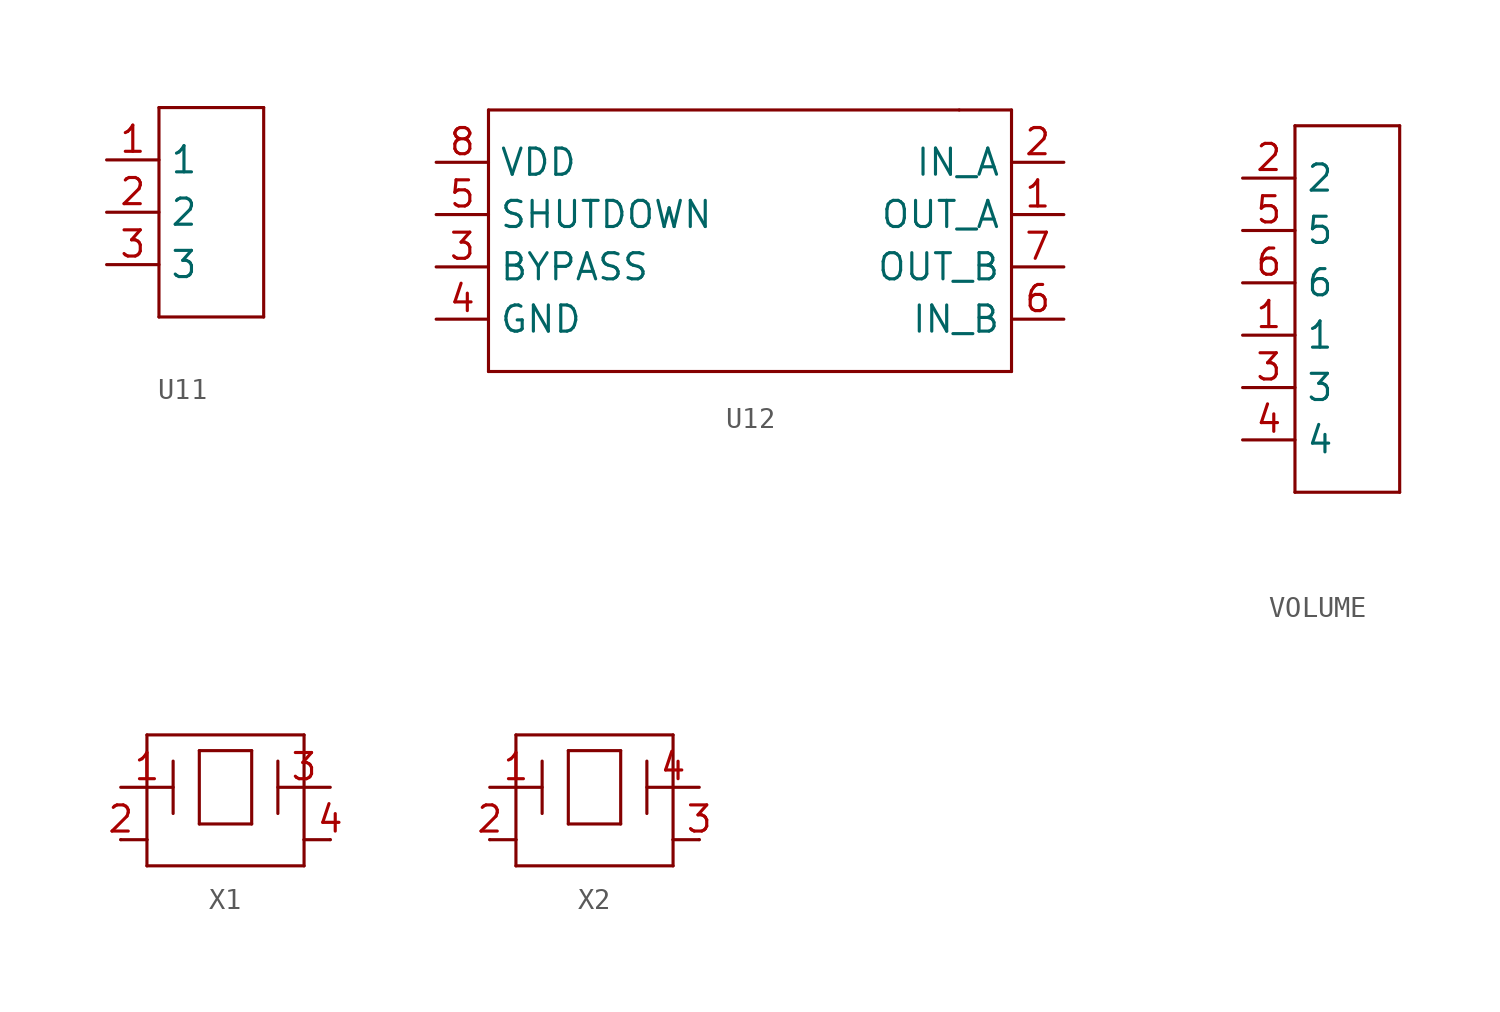
<source format=kicad_sym>
(kicad_symbol_lib
  (version 20231120)
  (generator "kicad_symbol_editor")
  (generator_version "8.0")
  (symbol "U11"
    (property "Reference" ""
      (at 0 2.54 0)
      (effects (font (size 1.778 1.511)) (justify left bottom) (hide yes)))
    (property "Value" ""
      (at -0.243 -8.984 0)
      (effects (font (size 1.27 1.079)) (justify left bottom)))
    (property "ki_locked" ""
      (at 0 0 0)
      (effects (font (size 1.27 1.27))))
    (symbol "U11_1_0"
      (polyline (pts (xy 0 -7.62) (xy 5.08 -7.62)) (stroke (width 0.152) (type solid)) (fill (type none)))
      (polyline (pts (xy 0 2.54) (xy 0 -7.62)) (stroke (width 0.152) (type solid)) (fill (type none)))
      (polyline (pts (xy 5.08 -7.62) (xy 5.08 2.54)) (stroke (width 0.152) (type solid)) (fill (type none)))
      (polyline (pts (xy 5.08 2.54) (xy 0 2.54)) (stroke (width 0.152) (type solid)) (fill (type none)))
      (pin bidirectional line (at -2.54 0 0) (length 2.54) (name "1" (effects (font (size 1.27 1.27)))) (number "1" (effects (font (size 1.27 1.27)))))
      (pin bidirectional line (at -2.54 -2.54 0) (length 2.54) (name "2" (effects (font (size 1.27 1.27)))) (number "2" (effects (font (size 1.27 1.27)))))
      (pin bidirectional line (at -2.54 -5.08 0) (length 2.54) (name "3" (effects (font (size 1.27 1.27)))) (number "3" (effects (font (size 1.27 1.27)))))))
  (symbol "U12"
    (property "Reference" ""
      (at 2.54 5.08 0)
      (effects (font (size 1.778 1.511)) (justify left bottom) (hide yes)))
    (property "Value" ""
      (at 5.982 3.204 0)
      (effects (font (size 1.422 1.209)) (justify left bottom)))
    (property "ki_locked" ""
      (at 0 0 0)
      (effects (font (size 1.27 1.27))))
    (symbol "U12_1_0"
      (polyline (pts (xy -2.54 -7.62) (xy 22.86 -7.62)) (stroke (width 0.152) (type solid)) (fill (type none)))
      (polyline (pts (xy -2.54 5.08) (xy -2.54 -7.62)) (stroke (width 0.152) (type solid)) (fill (type none)))
      (polyline (pts (xy 20.32 5.08) (xy -2.54 5.08)) (stroke (width 0.152) (type solid)) (fill (type none)))
      (polyline (pts (xy 22.86 -7.62) (xy 22.86 5.08)) (stroke (width 0.152) (type solid)) (fill (type none)))
      (polyline (pts (xy 22.86 5.08) (xy 20.32 5.08)) (stroke (width 0.152) (type solid)) (fill (type none)))
      (pin bidirectional line (at 25.4 0 180) (length 2.54) (name "OUT_A" (effects (font (size 1.27 1.27)))) (number "1" (effects (font (size 1.27 1.27)))))
      (pin bidirectional line (at 25.4 2.54 180) (length 2.54) (name "IN_A" (effects (font (size 1.27 1.27)))) (number "2" (effects (font (size 1.27 1.27)))))
      (pin bidirectional line (at -5.08 -2.54 0) (length 2.54) (name "BYPASS" (effects (font (size 1.27 1.27)))) (number "3" (effects (font (size 1.27 1.27)))))
      (pin bidirectional line (at -5.08 -5.08 0) (length 2.54) (name "GND" (effects (font (size 1.27 1.27)))) (number "4" (effects (font (size 1.27 1.27)))))
      (pin bidirectional line (at -5.08 0 0) (length 2.54) (name "SHUTDOWN" (effects (font (size 1.27 1.27)))) (number "5" (effects (font (size 1.27 1.27)))))
      (pin bidirectional line (at 25.4 -5.08 180) (length 2.54) (name "IN_B" (effects (font (size 1.27 1.27)))) (number "6" (effects (font (size 1.27 1.27)))))
      (pin bidirectional line (at 25.4 -2.54 180) (length 2.54) (name "OUT_B" (effects (font (size 1.27 1.27)))) (number "7" (effects (font (size 1.27 1.27)))))
      (pin bidirectional line (at -5.08 2.54 0) (length 2.54) (name "VDD" (effects (font (size 1.27 1.27)))) (number "8" (effects (font (size 1.27 1.27)))))))
  (symbol "VOLUME"
    (property "Reference" ""
      (at -2.54 10.16 0)
      (effects (font (size 1.778 1.511)) (justify left bottom) (hide yes)))
    (property "Value" ""
      (at -2.54 -10.16 0)
      (effects (font (size 1.778 1.511)) (justify left bottom)))
    (property "ki_locked" ""
      (at 0 0 0)
      (effects (font (size 1.27 1.27))))
    (symbol "VOLUME_1_0"
      (polyline (pts (xy -2.54 -7.62) (xy 2.54 -7.62)) (stroke (width 0.152) (type solid)) (fill (type none)))
      (polyline (pts (xy -2.54 10.16) (xy -2.54 -7.62)) (stroke (width 0.152) (type solid)) (fill (type none)))
      (polyline (pts (xy 2.54 -7.62) (xy 2.54 10.16)) (stroke (width 0.152) (type solid)) (fill (type none)))
      (polyline (pts (xy 2.54 10.16) (xy -2.54 10.16)) (stroke (width 0.152) (type solid)) (fill (type none)))
      (pin bidirectional line (at -5.08 0 0) (length 2.54) (name "1" (effects (font (size 1.27 1.27)))) (number "1" (effects (font (size 1.27 1.27)))))
      (pin bidirectional line (at -5.08 7.62 0) (length 2.54) (name "2" (effects (font (size 1.27 1.27)))) (number "2" (effects (font (size 1.27 1.27)))))
      (pin bidirectional line (at -5.08 -2.54 0) (length 2.54) (name "3" (effects (font (size 1.27 1.27)))) (number "3" (effects (font (size 1.27 1.27)))))
      (pin bidirectional line (at -5.08 -5.08 0) (length 2.54) (name "4" (effects (font (size 1.27 1.27)))) (number "4" (effects (font (size 1.27 1.27)))))
      (pin bidirectional line (at -5.08 5.08 0) (length 2.54) (name "5" (effects (font (size 1.27 1.27)))) (number "5" (effects (font (size 1.27 1.27)))))
      (pin bidirectional line (at -5.08 2.54 0) (length 2.54) (name "6" (effects (font (size 1.27 1.27)))) (number "6" (effects (font (size 1.27 1.27)))))))
  (symbol "X1"
    (property "Reference" ""
      (at -3.81 2.54 0)
      (effects (font (size 1.778 1.511)) (justify left bottom) (hide yes)))
    (property "ki_locked" ""
      (at 0 0 0)
      (effects (font (size 1.27 1.27))))
    (symbol "X1_1_0"
      (polyline (pts (xy -5.08 -2.54) (xy -3.81 -2.54)) (stroke (width 0.152) (type solid)) (fill (type none)))
      (polyline (pts (xy -3.81 -3.81) (xy 3.81 -3.81)) (stroke (width 0.152) (type solid)) (fill (type none)))
      (polyline (pts (xy -3.81 -2.54) (xy -3.81 -3.81)) (stroke (width 0.152) (type solid)) (fill (type none)))
      (polyline (pts (xy -3.81 2.54) (xy -3.81 -2.54)) (stroke (width 0.152) (type solid)) (fill (type none)))
      (polyline (pts (xy -2.54 1.27) (xy -2.54 -1.27)) (stroke (width 0.152) (type solid)) (fill (type none)))
      (polyline (pts (xy -1.27 -1.778) (xy 1.27 -1.778)) (stroke (width 0.152) (type solid)) (fill (type none)))
      (polyline (pts (xy -1.27 1.778) (xy -1.27 -1.778)) (stroke (width 0.152) (type solid)) (fill (type none)))
      (polyline (pts (xy 1.27 -1.778) (xy 1.27 1.778)) (stroke (width 0.152) (type solid)) (fill (type none)))
      (polyline (pts (xy 1.27 1.778) (xy -1.27 1.778)) (stroke (width 0.152) (type solid)) (fill (type none)))
      (polyline (pts (xy 2.54 1.27) (xy 2.54 -1.27)) (stroke (width 0.152) (type solid)) (fill (type none)))
      (polyline (pts (xy 3.81 -3.81) (xy 3.81 -2.54)) (stroke (width 0.152) (type solid)) (fill (type none)))
      (polyline (pts (xy 3.81 -2.54) (xy 3.81 2.54)) (stroke (width 0.152) (type solid)) (fill (type none)))
      (polyline (pts (xy 3.81 2.54) (xy -3.81 2.54)) (stroke (width 0.152) (type solid)) (fill (type none)))
      (polyline (pts (xy 5.08 -2.54) (xy 3.81 -2.54)) (stroke (width 0.152) (type solid)) (fill (type none)))
      (pin bidirectional line (at -5.08 0 0) (length 2.54) (name "1" (effects (font (size 0 0)))) (number "1" (effects (font (size 1.27 1.27)))))
      (pin bidirectional line (at -5.08 -2.54 0) (length 0) (name "2" (effects (font (size 0 0)))) (number "2" (effects (font (size 1.27 1.27)))))
      (pin bidirectional line (at 5.08 0 180) (length 2.54) (name "3" (effects (font (size 0 0)))) (number "3" (effects (font (size 1.27 1.27)))))
      (pin bidirectional line (at 5.08 -2.54 180) (length 0) (name "4" (effects (font (size 0 0)))) (number "4" (effects (font (size 1.27 1.27)))))))
  (symbol "X2"
    (property "Reference" ""
      (at -3.81 2.54 0)
      (effects (font (size 1.778 1.511)) (justify left bottom) (hide yes)))
    (property "ki_locked" ""
      (at 0 0 0)
      (effects (font (size 1.27 1.27))))
    (symbol "X2_1_0"
      (polyline (pts (xy -5.08 -2.54) (xy -3.81 -2.54)) (stroke (width 0.152) (type solid)) (fill (type none)))
      (polyline (pts (xy -3.81 -3.81) (xy 3.81 -3.81)) (stroke (width 0.152) (type solid)) (fill (type none)))
      (polyline (pts (xy -3.81 -2.54) (xy -3.81 -3.81)) (stroke (width 0.152) (type solid)) (fill (type none)))
      (polyline (pts (xy -3.81 2.54) (xy -3.81 -2.54)) (stroke (width 0.152) (type solid)) (fill (type none)))
      (polyline (pts (xy -2.54 1.27) (xy -2.54 -1.27)) (stroke (width 0.152) (type solid)) (fill (type none)))
      (polyline (pts (xy -1.27 -1.778) (xy 1.27 -1.778)) (stroke (width 0.152) (type solid)) (fill (type none)))
      (polyline (pts (xy -1.27 1.778) (xy -1.27 -1.778)) (stroke (width 0.152) (type solid)) (fill (type none)))
      (polyline (pts (xy 1.27 -1.778) (xy 1.27 1.778)) (stroke (width 0.152) (type solid)) (fill (type none)))
      (polyline (pts (xy 1.27 1.778) (xy -1.27 1.778)) (stroke (width 0.152) (type solid)) (fill (type none)))
      (polyline (pts (xy 2.54 1.27) (xy 2.54 -1.27)) (stroke (width 0.152) (type solid)) (fill (type none)))
      (polyline (pts (xy 3.81 -3.81) (xy 3.81 -2.54)) (stroke (width 0.152) (type solid)) (fill (type none)))
      (polyline (pts (xy 3.81 -2.54) (xy 3.81 2.54)) (stroke (width 0.152) (type solid)) (fill (type none)))
      (polyline (pts (xy 3.81 2.54) (xy -3.81 2.54)) (stroke (width 0.152) (type solid)) (fill (type none)))
      (polyline (pts (xy 5.08 -2.54) (xy 3.81 -2.54)) (stroke (width 0.152) (type solid)) (fill (type none)))
      (pin bidirectional line (at -5.08 0 0) (length 2.54) (name "1" (effects (font (size 0 0)))) (number "1" (effects (font (size 1.27 1.27)))))
      (pin bidirectional line (at -5.08 -2.54 0) (length 0) (name "2" (effects (font (size 0 0)))) (number "2" (effects (font (size 1.27 1.27)))))
      (pin bidirectional line (at 5.08 -2.54 180) (length 0) (name "3" (effects (font (size 0 0)))) (number "3" (effects (font (size 1.27 1.27)))))
      (pin bidirectional line (at 5.08 0 180) (length 2.54) (name "4" (effects (font (size 0 0)))) (number "4" (effects (font (size 1.27 1.27))))))))
</source>
